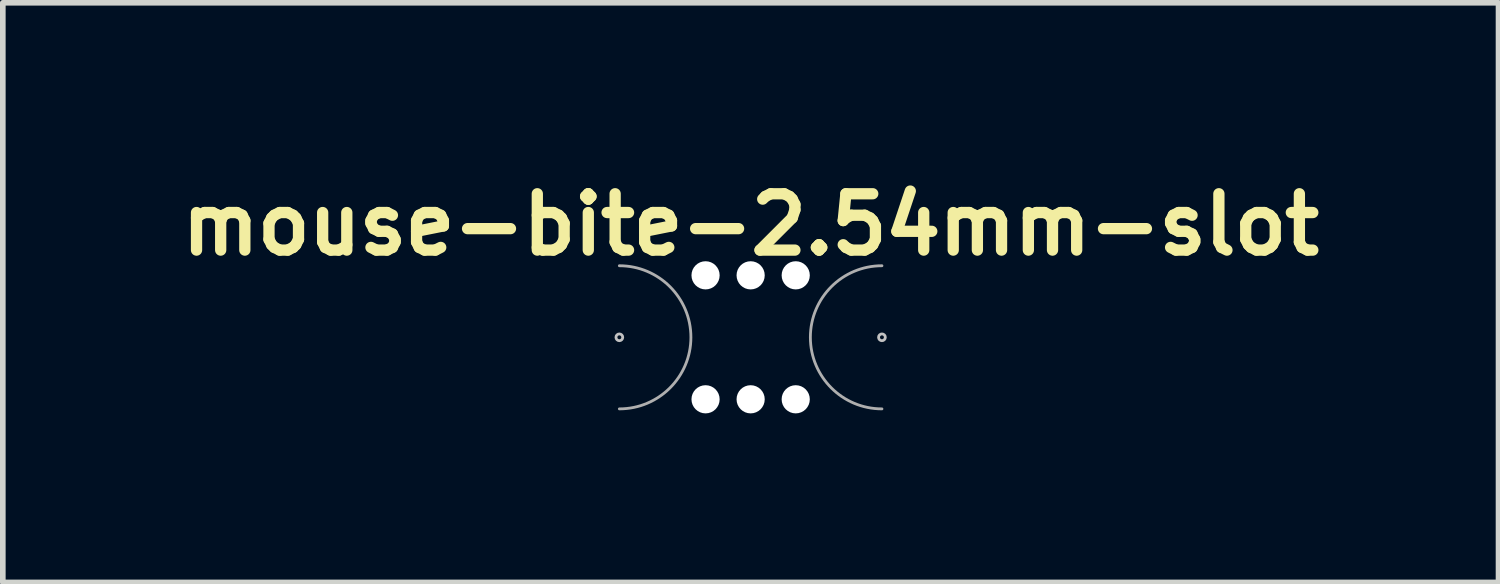
<source format=kicad_pcb>
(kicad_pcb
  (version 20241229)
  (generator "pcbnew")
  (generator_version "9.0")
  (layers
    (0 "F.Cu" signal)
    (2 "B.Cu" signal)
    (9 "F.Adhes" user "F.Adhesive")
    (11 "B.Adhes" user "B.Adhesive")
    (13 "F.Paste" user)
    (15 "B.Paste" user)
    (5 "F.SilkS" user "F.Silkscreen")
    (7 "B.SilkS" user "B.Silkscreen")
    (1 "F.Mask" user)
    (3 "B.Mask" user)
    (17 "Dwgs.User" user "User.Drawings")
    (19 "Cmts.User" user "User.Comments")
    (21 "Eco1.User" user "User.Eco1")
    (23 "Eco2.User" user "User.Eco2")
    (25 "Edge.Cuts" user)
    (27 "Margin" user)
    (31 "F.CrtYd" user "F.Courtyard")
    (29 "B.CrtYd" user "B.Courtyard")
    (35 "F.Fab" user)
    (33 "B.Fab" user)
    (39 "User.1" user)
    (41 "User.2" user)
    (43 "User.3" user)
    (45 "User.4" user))
  (footprint "mouse-bite-2.54mm-slot"
    (layer "F.Cu")
    (at 10.271 2.936)
    (property "Reference" "mouse-bite-2.54mm-slot" (at 0 -2 0) (layer "F.SilkS") (effects (font (size 1 1) (thickness 0.2))))
    (attr through_hole)
    (fp_circle (center -2.33 0) (end -2.27 0) (stroke (width 0.05) (type solid)) (fill no) (layer "Dwgs.User"))
    (fp_circle (center 2.33 0) (end 2.33 -0.06) (stroke (width 0.05) (type solid)) (fill no) (layer "Dwgs.User"))
    (fp_line (start -2.33 0) (end -2.33 0) (stroke (width 2.54) (type solid)) (layer "Eco1.User"))
    (fp_line (start 2.33 0) (end 2.33 0) (stroke (width 2.54) (type solid)) (layer "Eco1.User"))
    (fp_arc (start -2.33 -1.27) (mid -1.06 0) (end -2.33 1.27) (stroke (width 0.05) (type solid)) (layer "F.Fab"))
    (fp_arc (start 2.33 1.27) (mid 1.06 0) (end 2.33 -1.27) (stroke (width 0.05) (type solid)) (layer "F.Fab"))
    (pad "" np_thru_hole circle (at -0.8 -1.1) (size 0.5 0.5) (drill 0.5) (layers "*.Cu" "*.Mask"))
    (pad "" np_thru_hole circle (at -0.8 1.1) (size 0.5 0.5) (drill 0.5) (layers "*.Cu" "*.Mask"))
    (pad "" np_thru_hole circle (at 0 -1.1) (size 0.5 0.5) (drill 0.5) (layers "*.Cu" "*.Mask"))
    (pad "" np_thru_hole circle (at 0 1.1) (size 0.5 0.5) (drill 0.5) (layers "*.Cu" "*.Mask"))
    (pad "" np_thru_hole circle (at 0.8 -1.1) (size 0.5 0.5) (drill 0.5) (layers "*.Cu" "*.Mask"))
    (pad "" np_thru_hole circle (at 0.8 1.1) (size 0.5 0.5) (drill 0.5) (layers "*.Cu" "*.Mask")))
  (gr_rect
    (start -3 -3)
    (end 23.543 7.286)
    (stroke (width 0.1) (type default))
    (fill no)
    (layer "Edge.Cuts")))
</source>
